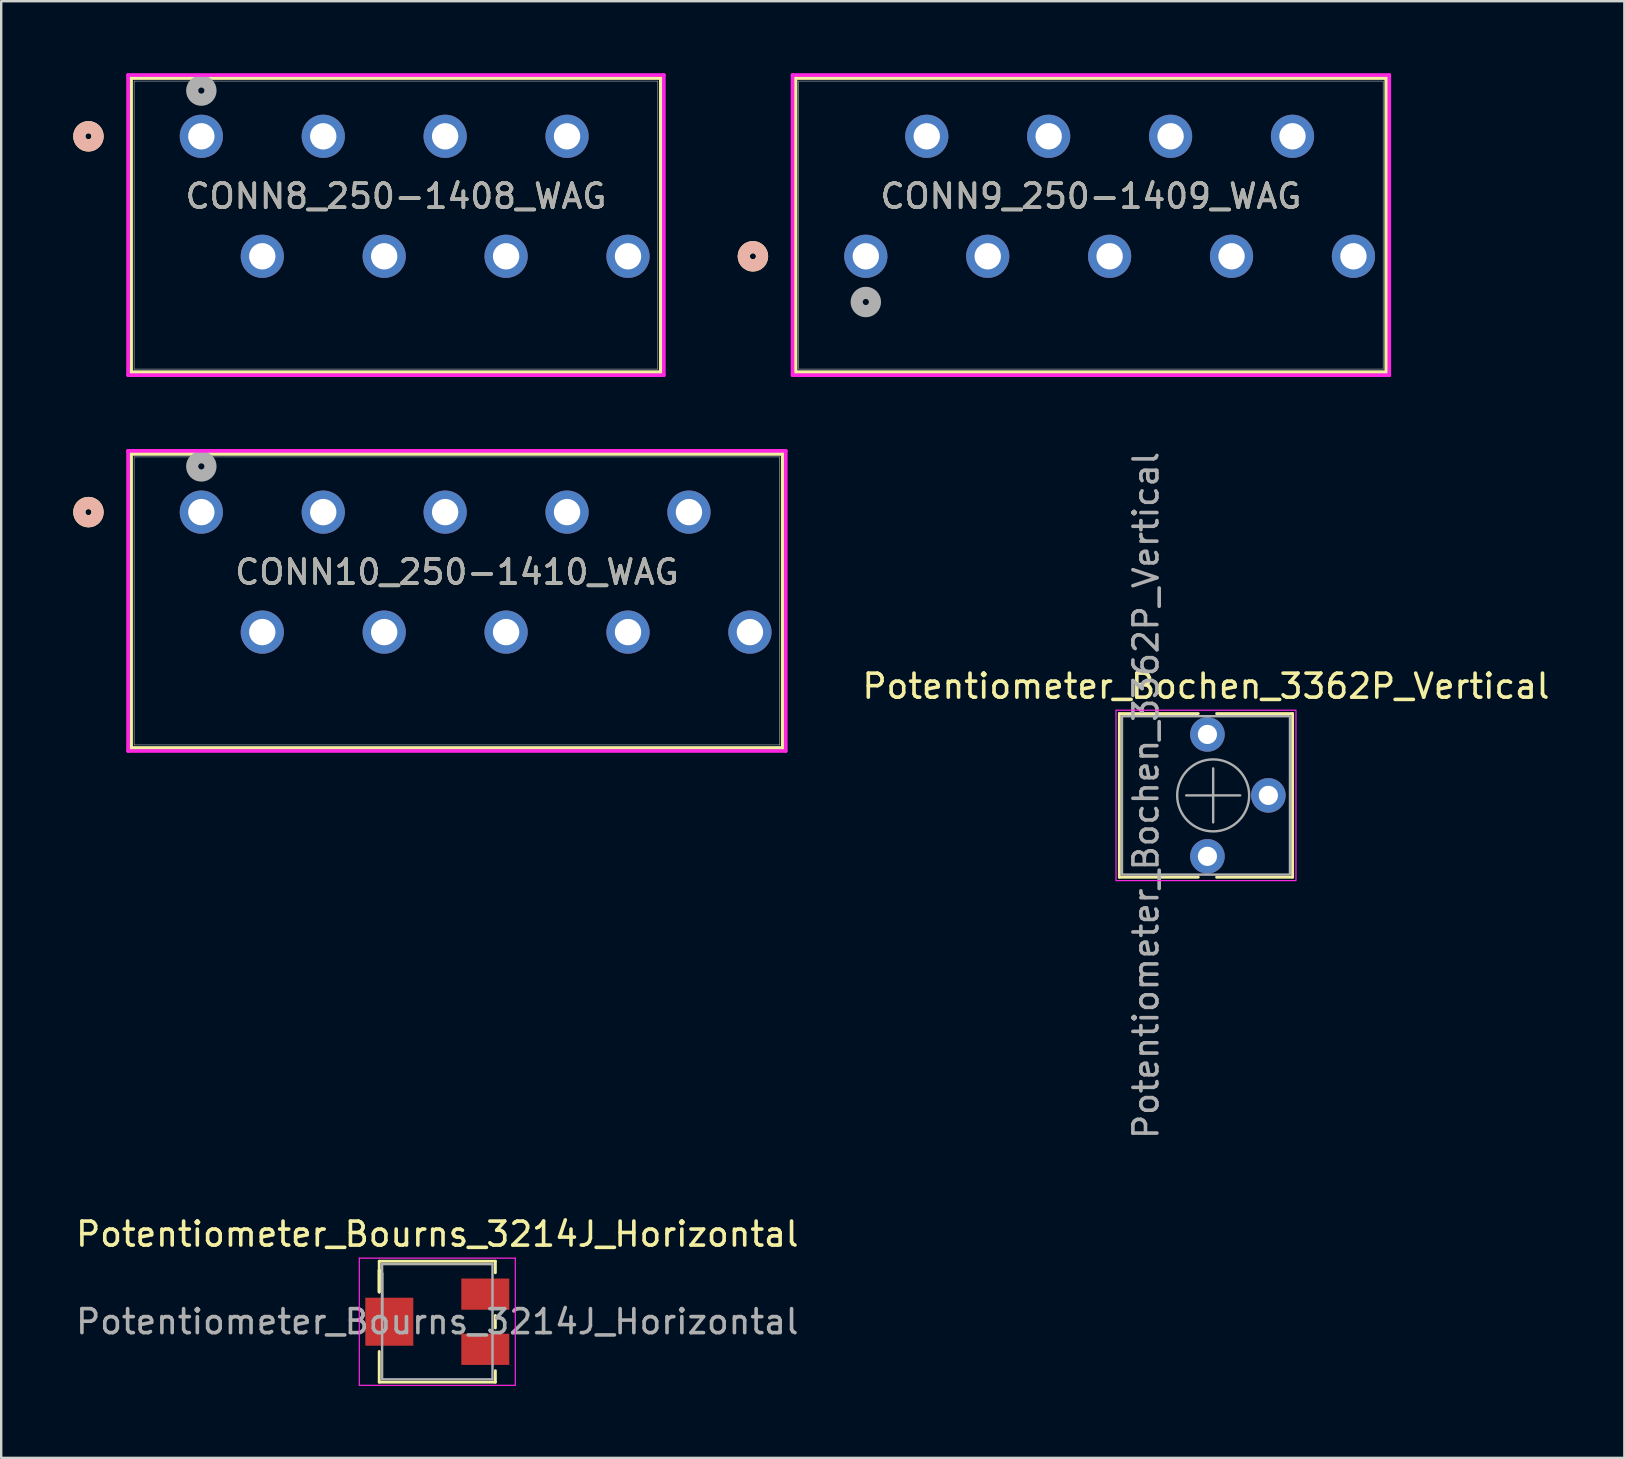
<source format=kicad_pcb>
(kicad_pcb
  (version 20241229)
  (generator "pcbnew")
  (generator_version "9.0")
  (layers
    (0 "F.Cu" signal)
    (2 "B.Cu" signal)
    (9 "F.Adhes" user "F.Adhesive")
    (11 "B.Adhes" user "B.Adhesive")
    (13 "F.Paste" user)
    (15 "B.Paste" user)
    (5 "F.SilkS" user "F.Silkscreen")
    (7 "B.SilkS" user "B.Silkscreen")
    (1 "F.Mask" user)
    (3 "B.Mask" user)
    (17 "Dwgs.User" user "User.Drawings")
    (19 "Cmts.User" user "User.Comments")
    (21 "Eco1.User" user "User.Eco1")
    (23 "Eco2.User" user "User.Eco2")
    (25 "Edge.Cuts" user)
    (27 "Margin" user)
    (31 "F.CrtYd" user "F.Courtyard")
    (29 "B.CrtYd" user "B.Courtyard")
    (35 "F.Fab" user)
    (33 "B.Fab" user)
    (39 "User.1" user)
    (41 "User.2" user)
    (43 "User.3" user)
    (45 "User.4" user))
  (footprint "Potentiometer_Bourns_3214J_Horizontal"
    (layer "F.Cu")
    (at 15.173 52.028)
    (property "Reference" "Potentiometer_Bourns_3214J_Horizontal" (at 0 -3.65 0) (layer "F.SilkS") (effects (font (size 1 1) (thickness 0.15))))
    (attr smd)
    (fp_line (start -2.42 -2.52) (end -2.42 -1.24) (stroke (width 0.12) (type solid)) (layer "F.SilkS"))
    (fp_line (start -2.42 -2.52) (end 2.42 -2.52) (stroke (width 0.12) (type solid)) (layer "F.SilkS"))
    (fp_line (start -2.42 -2.14) (end -2.42 -2.14) (stroke (width 0.12) (type solid)) (layer "F.SilkS"))
    (fp_line (start -2.42 -2.14) (end -2.42 -1.24) (stroke (width 0.12) (type solid)) (layer "F.SilkS"))
    (fp_line (start -2.42 -2.14) (end -2.42 -1.24) (stroke (width 0.12) (type solid)) (layer "F.SilkS"))
    (fp_line (start -2.42 1.24) (end -2.42 2.52) (stroke (width 0.12) (type solid)) (layer "F.SilkS"))
    (fp_line (start -2.42 2.52) (end 2.42 2.52) (stroke (width 0.12) (type solid)) (layer "F.SilkS"))
    (fp_line (start 2.42 -2.52) (end 2.42 -2.04) (stroke (width 0.12) (type solid)) (layer "F.SilkS"))
    (fp_line (start 2.42 -0.26) (end 2.42 0.26) (stroke (width 0.12) (type solid)) (layer "F.SilkS"))
    (fp_line (start 2.42 2.04) (end 2.42 2.52) (stroke (width 0.12) (type solid)) (layer "F.SilkS"))
    (fp_line (start -3.25 -2.65) (end -3.25 2.65) (stroke (width 0.05) (type solid)) (layer "F.CrtYd"))
    (fp_line (start -3.25 2.65) (end 3.25 2.65) (stroke (width 0.05) (type solid)) (layer "F.CrtYd"))
    (fp_line (start 3.25 -2.65) (end -3.25 -2.65) (stroke (width 0.05) (type solid)) (layer "F.CrtYd"))
    (fp_line (start 3.25 2.65) (end 3.25 -2.65) (stroke (width 0.05) (type solid)) (layer "F.CrtYd"))
    (fp_line (start -2.3 -2.4) (end -2.3 2.4) (stroke (width 0.1) (type solid)) (layer "F.Fab"))
    (fp_line (start -2.3 -2.02) (end -2.3 -2.02) (stroke (width 0.1) (type solid)) (layer "F.Fab"))
    (fp_line (start -2.3 -2.02) (end -2.3 -0.24) (stroke (width 0.1) (type solid)) (layer "F.Fab"))
    (fp_line (start -2.3 -1.13) (end -2.3 -1.13) (stroke (width 0.1) (type solid)) (layer "F.Fab"))
    (fp_line (start -2.3 -0.24) (end -2.3 -2.02) (stroke (width 0.1) (type solid)) (layer "F.Fab"))
    (fp_line (start -2.3 -0.24) (end -2.3 -0.24) (stroke (width 0.1) (type solid)) (layer "F.Fab"))
    (fp_line (start -2.3 2.4) (end 2.3 2.4) (stroke (width 0.1) (type solid)) (layer "F.Fab"))
    (fp_line (start 2.3 -2.4) (end -2.3 -2.4) (stroke (width 0.1) (type solid)) (layer "F.Fab"))
    (fp_line (start 2.3 2.4) (end 2.3 -2.4) (stroke (width 0.1) (type solid)) (layer "F.Fab"))
    (fp_text user "${REFERENCE}" (at 0 0 0) (layer "F.Fab") (effects (font (size 1 1) (thickness 0.15))))
    (pad "1" smd rect (at 2 -1.15) (size 2 1.3) (layers "F.Cu" "F.Mask" "F.Paste"))
    (pad "2" smd rect (at -2 0) (size 2 2) (layers "F.Cu" "F.Mask" "F.Paste"))
    (pad "3" smd rect (at 2 1.15) (size 2 1.3) (layers "F.Cu" "F.Mask" "F.Paste")))
  (footprint "CONN8_250-1408_WAG"
    (layer "F.Cu")
    (at 5.34 2.63)
    (property "Reference" "CONN8_250-1408_WAG" (at 8.11 2.5 0) (unlocked yes) (layer "F.SilkS") (effects (font (size 1 1) (thickness 0.15))))
    (attr through_hole)
    (fp_line (start -2.927 -2.427) (end -2.927 9.827) (stroke (width 0.152) (type solid)) (layer "F.SilkS"))
    (fp_line (start -2.927 9.827) (end 19.147 9.827) (stroke (width 0.152) (type solid)) (layer "F.SilkS"))
    (fp_line (start 19.147 -2.427) (end -2.927 -2.427) (stroke (width 0.152) (type solid)) (layer "F.SilkS"))
    (fp_line (start 19.147 9.827) (end 19.147 -2.427) (stroke (width 0.152) (type solid)) (layer "F.SilkS"))
    (fp_circle (center -4.705 0) (end -4.324 0) (stroke (width 0.508) (type solid)) (fill no) (layer "F.SilkS"))
    (fp_circle (center -4.705 0) (end -4.324 0) (stroke (width 0.508) (type solid)) (fill no) (layer "B.SilkS"))
    (fp_line (start -3.054 -2.554) (end -3.054 9.954) (stroke (width 0.152) (type solid)) (layer "F.CrtYd"))
    (fp_line (start -3.054 9.954) (end 19.274 9.954) (stroke (width 0.152) (type solid)) (layer "F.CrtYd"))
    (fp_line (start 19.274 -2.554) (end -3.054 -2.554) (stroke (width 0.152) (type solid)) (layer "F.CrtYd"))
    (fp_line (start 19.274 9.954) (end 19.274 -2.554) (stroke (width 0.152) (type solid)) (layer "F.CrtYd"))
    (fp_line (start -2.8 -2.3) (end -2.8 9.7) (stroke (width 0.025) (type solid)) (layer "F.Fab"))
    (fp_line (start -2.8 9.7) (end 19.02 9.7) (stroke (width 0.025) (type solid)) (layer "F.Fab"))
    (fp_line (start 19.02 -2.3) (end -2.8 -2.3) (stroke (width 0.025) (type solid)) (layer "F.Fab"))
    (fp_line (start 19.02 9.7) (end 19.02 -2.3) (stroke (width 0.025) (type solid)) (layer "F.Fab"))
    (fp_circle (center 0 -1.905) (end 0.381 -1.905) (stroke (width 0.508) (type solid)) (fill no) (layer "F.Fab"))
    (fp_text user "${REFERENCE}" (at 8.11 2.5 0) (unlocked yes) (layer "F.Fab") (effects (font (size 1 1) (thickness 0.15))))
    (pad "1" thru_hole circle (at 0 0) (size 1.8 1.8) (drill 1.1) (layers "*.Cu" "*.Mask"))
    (pad "2" thru_hole circle (at 2.54 5) (size 1.8 1.8) (drill 1.1) (layers "*.Cu" "*.Mask"))
    (pad "3" thru_hole circle (at 5.08 0) (size 1.8 1.8) (drill 1.1) (layers "*.Cu" "*.Mask"))
    (pad "4" thru_hole circle (at 7.62 5) (size 1.8 1.8) (drill 1.1) (layers "*.Cu" "*.Mask"))
    (pad "5" thru_hole circle (at 10.16 0) (size 1.8 1.8) (drill 1.1) (layers "*.Cu" "*.Mask"))
    (pad "6" thru_hole circle (at 12.7 5) (size 1.8 1.8) (drill 1.1) (layers "*.Cu" "*.Mask"))
    (pad "7" thru_hole circle (at 15.24 0) (size 1.8 1.8) (drill 1.1) (layers "*.Cu" "*.Mask"))
    (pad "8" thru_hole circle (at 17.78 5) (size 1.8 1.8) (drill 1.1) (layers "*.Cu" "*.Mask")))
  (footprint "Potentiometer_Bochen_3362P_Vertical"
    (layer "F.Cu")
    (at 47.265 32.635)
    (property "Reference" "Potentiometer_Bochen_3362P_Vertical" (at -0.06 -7.09 0) (layer "F.SilkS") (effects (font (size 1 1) (thickness 0.15))))
    (attr through_hole)
    (fp_line (start -3.67 -5.95) (end -0.382 -5.95) (stroke (width 0.12) (type solid)) (layer "F.SilkS"))
    (fp_line (start -3.67 0.87) (end -3.67 -5.95) (stroke (width 0.12) (type solid)) (layer "F.SilkS"))
    (fp_line (start -0.382 0.87) (end -3.67 0.87) (stroke (width 0.12) (type solid)) (layer "F.SilkS"))
    (fp_line (start 0.382 -5.95) (end 3.55 -5.95) (stroke (width 0.12) (type solid)) (layer "F.SilkS"))
    (fp_line (start 3.55 -5.95) (end 3.55 0.87) (stroke (width 0.12) (type solid)) (layer "F.SilkS"))
    (fp_line (start 3.55 0.87) (end 0.382 0.87) (stroke (width 0.12) (type solid)) (layer "F.SilkS"))
    (fp_rect (start -3.81 -6.09) (end 3.69 1.01) (stroke (width 0.05) (type solid)) (fill no) (layer "F.CrtYd"))
    (fp_line (start -0.885 -2.54) (end 1.365 -2.54) (stroke (width 0.1) (type solid)) (layer "F.Fab"))
    (fp_line (start 0.24 -3.665) (end 0.24 -1.415) (stroke (width 0.1) (type solid)) (layer "F.Fab"))
    (fp_rect (start -3.56 -5.84) (end 3.44 0.76) (stroke (width 0.1) (type solid)) (fill no) (layer "F.Fab"))
    (fp_circle (center 0.24 -2.54) (end 1.74 -2.54) (stroke (width 0.1) (type solid)) (fill no) (layer "F.Fab"))
    (fp_text user "${REFERENCE}" (at -2.56 -2.54 90) (layer "F.Fab") (effects (font (size 1 1) (thickness 0.15))))
    (pad "1" thru_hole circle (at 0 0) (size 1.44 1.44) (drill 0.8) (layers "*.Cu" "*.Mask"))
    (pad "2" thru_hole circle (at 2.54 -2.54) (size 1.44 1.44) (drill 0.8) (layers "*.Cu" "*.Mask"))
    (pad "3" thru_hole circle (at 0 -5.08) (size 1.44 1.44) (drill 0.8) (layers "*.Cu" "*.Mask")))
  (footprint "CONN9_250-1409_WAG"
    (layer "F.Cu")
    (at 33.03 7.63)
    (property "Reference" "CONN9_250-1409_WAG" (at 9.38 -2.5 0) (unlocked yes) (layer "F.SilkS") (effects (font (size 1 1) (thickness 0.15))))
    (attr through_hole)
    (fp_line (start -2.927 -7.427) (end -2.927 4.827) (stroke (width 0.152) (type solid)) (layer "F.SilkS"))
    (fp_line (start -2.927 4.827) (end 21.687 4.827) (stroke (width 0.152) (type solid)) (layer "F.SilkS"))
    (fp_line (start 21.687 -7.427) (end -2.927 -7.427) (stroke (width 0.152) (type solid)) (layer "F.SilkS"))
    (fp_line (start 21.687 4.827) (end 21.687 -7.427) (stroke (width 0.152) (type solid)) (layer "F.SilkS"))
    (fp_circle (center -4.705 0) (end -4.324 0) (stroke (width 0.508) (type solid)) (fill no) (layer "F.SilkS"))
    (fp_circle (center -4.705 0) (end -4.324 0) (stroke (width 0.508) (type solid)) (fill no) (layer "B.SilkS"))
    (fp_line (start -3.054 -7.554) (end -3.054 4.954) (stroke (width 0.152) (type solid)) (layer "F.CrtYd"))
    (fp_line (start -3.054 4.954) (end 21.814 4.954) (stroke (width 0.152) (type solid)) (layer "F.CrtYd"))
    (fp_line (start 21.814 -7.554) (end -3.054 -7.554) (stroke (width 0.152) (type solid)) (layer "F.CrtYd"))
    (fp_line (start 21.814 4.954) (end 21.814 -7.554) (stroke (width 0.152) (type solid)) (layer "F.CrtYd"))
    (fp_line (start -2.8 -7.3) (end -2.8 4.7) (stroke (width 0.025) (type solid)) (layer "F.Fab"))
    (fp_line (start -2.8 4.7) (end 21.56 4.7) (stroke (width 0.025) (type solid)) (layer "F.Fab"))
    (fp_line (start 21.56 -7.3) (end -2.8 -7.3) (stroke (width 0.025) (type solid)) (layer "F.Fab"))
    (fp_line (start 21.56 4.7) (end 21.56 -7.3) (stroke (width 0.025) (type solid)) (layer "F.Fab"))
    (fp_circle (center 0 1.905) (end 0.381 1.905) (stroke (width 0.508) (type solid)) (fill no) (layer "F.Fab"))
    (fp_text user "${REFERENCE}" (at 9.38 -2.5 0) (unlocked yes) (layer "F.Fab") (effects (font (size 1 1) (thickness 0.15))))
    (pad "1" thru_hole circle (at 0 0) (size 1.8 1.8) (drill 1.1) (layers "*.Cu" "*.Mask"))
    (pad "2" thru_hole circle (at 2.54 -5) (size 1.8 1.8) (drill 1.1) (layers "*.Cu" "*.Mask"))
    (pad "3" thru_hole circle (at 5.08 0) (size 1.8 1.8) (drill 1.1) (layers "*.Cu" "*.Mask"))
    (pad "4" thru_hole circle (at 7.62 -5) (size 1.8 1.8) (drill 1.1) (layers "*.Cu" "*.Mask"))
    (pad "5" thru_hole circle (at 10.16 0) (size 1.8 1.8) (drill 1.1) (layers "*.Cu" "*.Mask"))
    (pad "6" thru_hole circle (at 12.7 -5) (size 1.8 1.8) (drill 1.1) (layers "*.Cu" "*.Mask"))
    (pad "7" thru_hole circle (at 15.24 0) (size 1.8 1.8) (drill 1.1) (layers "*.Cu" "*.Mask"))
    (pad "8" thru_hole circle (at 17.78 -5) (size 1.8 1.8) (drill 1.1) (layers "*.Cu" "*.Mask"))
    (pad "9" thru_hole circle (at 20.32 0) (size 1.8 1.8) (drill 1.1) (layers "*.Cu" "*.Mask")))
  (footprint "CONN10_250-1410_WAG"
    (layer "F.Cu")
    (at 5.34 18.291)
    (property "Reference" "CONN10_250-1410_WAG" (at 10.65 2.5 0) (unlocked yes) (layer "F.SilkS") (effects (font (size 1 1) (thickness 0.15))))
    (attr through_hole)
    (fp_line (start -2.927 -2.427) (end -2.927 9.827) (stroke (width 0.152) (type solid)) (layer "F.SilkS"))
    (fp_line (start -2.927 9.827) (end 24.227 9.827) (stroke (width 0.152) (type solid)) (layer "F.SilkS"))
    (fp_line (start 24.227 -2.427) (end -2.927 -2.427) (stroke (width 0.152) (type solid)) (layer "F.SilkS"))
    (fp_line (start 24.227 9.827) (end 24.227 -2.427) (stroke (width 0.152) (type solid)) (layer "F.SilkS"))
    (fp_circle (center -4.705 0) (end -4.324 0) (stroke (width 0.508) (type solid)) (fill no) (layer "F.SilkS"))
    (fp_circle (center -4.705 0) (end -4.324 0) (stroke (width 0.508) (type solid)) (fill no) (layer "B.SilkS"))
    (fp_line (start -3.054 -2.554) (end -3.054 9.954) (stroke (width 0.152) (type solid)) (layer "F.CrtYd"))
    (fp_line (start -3.054 9.954) (end 24.354 9.954) (stroke (width 0.152) (type solid)) (layer "F.CrtYd"))
    (fp_line (start 24.354 -2.554) (end -3.054 -2.554) (stroke (width 0.152) (type solid)) (layer "F.CrtYd"))
    (fp_line (start 24.354 9.954) (end 24.354 -2.554) (stroke (width 0.152) (type solid)) (layer "F.CrtYd"))
    (fp_line (start -2.8 -2.3) (end -2.8 9.7) (stroke (width 0.025) (type solid)) (layer "F.Fab"))
    (fp_line (start -2.8 9.7) (end 24.1 9.7) (stroke (width 0.025) (type solid)) (layer "F.Fab"))
    (fp_line (start 24.1 -2.3) (end -2.8 -2.3) (stroke (width 0.025) (type solid)) (layer "F.Fab"))
    (fp_line (start 24.1 9.7) (end 24.1 -2.3) (stroke (width 0.025) (type solid)) (layer "F.Fab"))
    (fp_circle (center 0 -1.905) (end 0.381 -1.905) (stroke (width 0.508) (type solid)) (fill no) (layer "F.Fab"))
    (fp_text user "${REFERENCE}" (at 10.65 2.5 0) (unlocked yes) (layer "F.Fab") (effects (font (size 1 1) (thickness 0.15))))
    (pad "1" thru_hole circle (at 0 0) (size 1.8 1.8) (drill 1.1) (layers "*.Cu" "*.Mask"))
    (pad "2" thru_hole circle (at 2.54 5) (size 1.8 1.8) (drill 1.1) (layers "*.Cu" "*.Mask"))
    (pad "3" thru_hole circle (at 5.08 0) (size 1.8 1.8) (drill 1.1) (layers "*.Cu" "*.Mask"))
    (pad "4" thru_hole circle (at 7.62 5) (size 1.8 1.8) (drill 1.1) (layers "*.Cu" "*.Mask"))
    (pad "5" thru_hole circle (at 10.16 0) (size 1.8 1.8) (drill 1.1) (layers "*.Cu" "*.Mask"))
    (pad "6" thru_hole circle (at 12.7 5) (size 1.8 1.8) (drill 1.1) (layers "*.Cu" "*.Mask"))
    (pad "7" thru_hole circle (at 15.24 0) (size 1.8 1.8) (drill 1.1) (layers "*.Cu" "*.Mask"))
    (pad "8" thru_hole circle (at 17.78 5) (size 1.8 1.8) (drill 1.1) (layers "*.Cu" "*.Mask"))
    (pad "9" thru_hole circle (at 20.32 0) (size 1.8 1.8) (drill 1.1) (layers "*.Cu" "*.Mask"))
    (pad "10" thru_hole circle (at 22.86 5) (size 1.8 1.8) (drill 1.1) (layers "*.Cu" "*.Mask")))
  (gr_rect
    (start -3 -3)
    (end 64.639 57.703)
    (stroke (width 0.1) (type default))
    (fill no)
    (layer "Edge.Cuts")))
</source>
